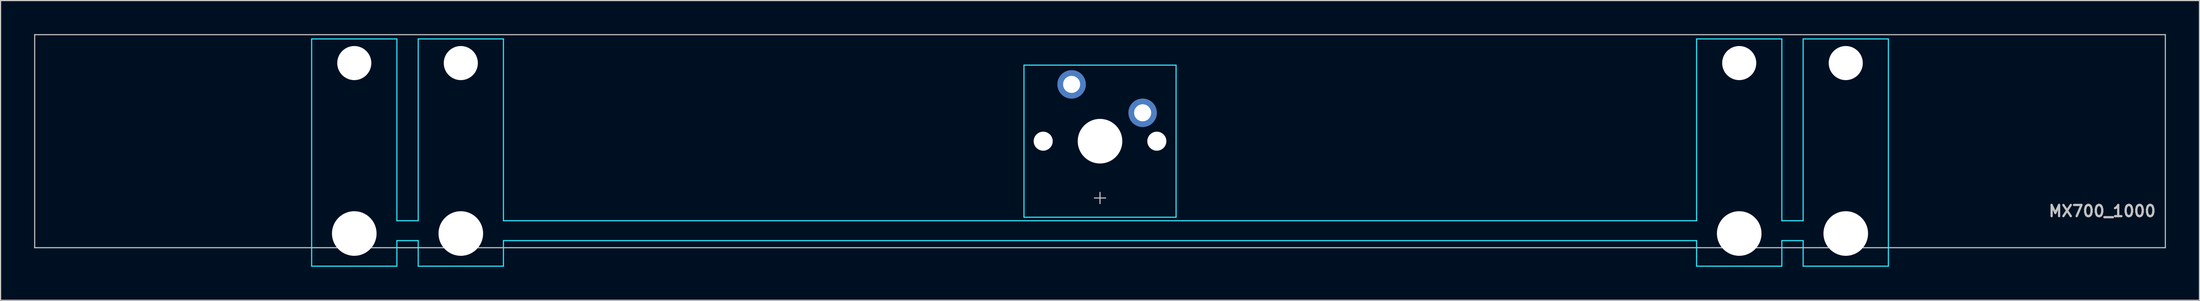
<source format=kicad_pcb>
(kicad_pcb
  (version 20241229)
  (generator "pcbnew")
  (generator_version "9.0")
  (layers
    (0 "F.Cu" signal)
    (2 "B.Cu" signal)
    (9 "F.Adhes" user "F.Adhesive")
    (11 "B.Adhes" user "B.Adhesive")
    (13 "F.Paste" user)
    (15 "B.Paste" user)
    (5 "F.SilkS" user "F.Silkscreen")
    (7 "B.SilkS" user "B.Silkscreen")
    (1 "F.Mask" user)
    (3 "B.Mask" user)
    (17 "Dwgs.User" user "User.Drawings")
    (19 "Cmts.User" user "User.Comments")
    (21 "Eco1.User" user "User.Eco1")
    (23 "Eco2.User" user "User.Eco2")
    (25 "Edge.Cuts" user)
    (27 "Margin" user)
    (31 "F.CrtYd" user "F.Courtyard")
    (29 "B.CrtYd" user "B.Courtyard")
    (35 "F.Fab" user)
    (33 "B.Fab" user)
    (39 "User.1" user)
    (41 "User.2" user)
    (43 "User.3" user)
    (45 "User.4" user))
  (footprint "MX700_1000"
    (layer "F.Cu")
    (at 95.3 9.575)
    (property "Reference" "MX700_1000" (at 94.5 6.25 0) (layer "Dwgs.User") (effects (font (size 1 1) (thickness 0.2)) (justify right)))
    (attr through_hole)
    (fp_line (start -95.25 -9.525) (end -95.25 9.525) (stroke (width 0.1) (type solid)) (layer "Dwgs.User"))
    (fp_line (start -95.25 -9.525) (end 95.25 -9.525) (stroke (width 0.1) (type solid)) (layer "Dwgs.User"))
    (fp_line (start -95.25 9.525) (end 95.25 9.525) (stroke (width 0.1) (type solid)) (layer "Dwgs.User"))
    (fp_line (start -0.5 5.08) (end 0.5 5.08) (stroke (width 0.1) (type solid)) (layer "Dwgs.User"))
    (fp_line (start 0 5.58) (end 0 4.58) (stroke (width 0.1) (type solid)) (layer "Dwgs.User"))
    (fp_line (start 95.25 -9.525) (end 95.25 9.525) (stroke (width 0.1) (type solid)) (layer "Dwgs.User"))
    (fp_line (start -70.175 -5.485) (end -70.175 8.515) (stroke (width 0.1) (type solid)) (layer "Eco1.User"))
    (fp_line (start -69.675 -5.985) (end -63.675 -5.985) (stroke (width 0.1) (type solid)) (layer "Eco1.User"))
    (fp_line (start -63.675 9.015) (end -69.675 9.015) (stroke (width 0.1) (type solid)) (layer "Eco1.User"))
    (fp_line (start -63.175 8.515) (end -63.175 -5.485) (stroke (width 0.1) (type solid)) (layer "Eco1.User"))
    (fp_line (start -60.65 -5.485) (end -60.65 8.515) (stroke (width 0.1) (type solid)) (layer "Eco1.User"))
    (fp_line (start -60.15 -5.985) (end -54.15 -5.985) (stroke (width 0.1) (type solid)) (layer "Eco1.User"))
    (fp_line (start -54.15 9.015) (end -60.15 9.015) (stroke (width 0.1) (type solid)) (layer "Eco1.User"))
    (fp_line (start -53.65 8.515) (end -53.65 -5.485) (stroke (width 0.1) (type solid)) (layer "Eco1.User"))
    (fp_line (start -7 -6.5) (end -7 6.5) (stroke (width 0.1) (type solid)) (layer "Eco1.User"))
    (fp_line (start -6.5 7) (end 6.5 7) (stroke (width 0.1) (type solid)) (layer "Eco1.User"))
    (fp_line (start 6.5 -7) (end -6.5 -7) (stroke (width 0.1) (type solid)) (layer "Eco1.User"))
    (fp_line (start 7 6.5) (end 7 -6.5) (stroke (width 0.1) (type solid)) (layer "Eco1.User"))
    (fp_line (start 53.65 -5.485) (end 53.65 8.515) (stroke (width 0.1) (type solid)) (layer "Eco1.User"))
    (fp_line (start 54.15 -5.985) (end 60.15 -5.985) (stroke (width 0.1) (type solid)) (layer "Eco1.User"))
    (fp_line (start 60.15 9.015) (end 54.15 9.015) (stroke (width 0.1) (type solid)) (layer "Eco1.User"))
    (fp_line (start 60.65 8.515) (end 60.65 -5.485) (stroke (width 0.1) (type solid)) (layer "Eco1.User"))
    (fp_line (start 63.175 -5.485) (end 63.175 8.515) (stroke (width 0.1) (type solid)) (layer "Eco1.User"))
    (fp_line (start 63.675 -5.985) (end 69.675 -5.985) (stroke (width 0.1) (type solid)) (layer "Eco1.User"))
    (fp_line (start 69.675 9.015) (end 63.675 9.015) (stroke (width 0.1) (type solid)) (layer "Eco1.User"))
    (fp_line (start 70.175 8.515) (end 70.175 -5.485) (stroke (width 0.1) (type solid)) (layer "Eco1.User"))
    (fp_arc (start -70.175 -5.485) (mid -70.028553 -5.838553) (end -69.675 -5.985) (stroke (width 0.1) (type solid)) (layer "Eco1.User"))
    (fp_arc (start -69.675 9.015) (mid -70.028553 8.868553) (end -70.175 8.515) (stroke (width 0.1) (type solid)) (layer "Eco1.User"))
    (fp_arc (start -63.675 -5.985) (mid -63.321447 -5.838553) (end -63.175 -5.485) (stroke (width 0.1) (type solid)) (layer "Eco1.User"))
    (fp_arc (start -63.175 8.515) (mid -63.321447 8.868553) (end -63.675 9.015) (stroke (width 0.1) (type solid)) (layer "Eco1.User"))
    (fp_arc (start -60.65 -5.485) (mid -60.503553 -5.838553) (end -60.15 -5.985) (stroke (width 0.1) (type solid)) (layer "Eco1.User"))
    (fp_arc (start -60.15 9.015) (mid -60.503553 8.868553) (end -60.65 8.515) (stroke (width 0.1) (type solid)) (layer "Eco1.User"))
    (fp_arc (start -54.15 -5.985) (mid -53.796447 -5.838553) (end -53.65 -5.485) (stroke (width 0.1) (type solid)) (layer "Eco1.User"))
    (fp_arc (start -53.65 8.515) (mid -53.796447 8.868553) (end -54.15 9.015) (stroke (width 0.1) (type solid)) (layer "Eco1.User"))
    (fp_arc (start -7 -6.5) (mid -6.853553 -6.853553) (end -6.5 -7) (stroke (width 0.1) (type solid)) (layer "Eco1.User"))
    (fp_arc (start -6.5 7) (mid -6.853553 6.853553) (end -7 6.5) (stroke (width 0.1) (type solid)) (layer "Eco1.User"))
    (fp_arc (start 6.5 -7) (mid 6.853553 -6.853553) (end 7 -6.5) (stroke (width 0.1) (type solid)) (layer "Eco1.User"))
    (fp_arc (start 7 6.5) (mid 6.853553 6.853553) (end 6.5 7) (stroke (width 0.1) (type solid)) (layer "Eco1.User"))
    (fp_arc (start 53.65 -5.485) (mid 53.796447 -5.838553) (end 54.15 -5.985) (stroke (width 0.1) (type solid)) (layer "Eco1.User"))
    (fp_arc (start 54.15 9.015) (mid 53.796447 8.868553) (end 53.65 8.515) (stroke (width 0.1) (type solid)) (layer "Eco1.User"))
    (fp_arc (start 60.15 -5.985) (mid 60.503553 -5.838553) (end 60.65 -5.485) (stroke (width 0.1) (type solid)) (layer "Eco1.User"))
    (fp_arc (start 60.65 8.515) (mid 60.503553 8.868553) (end 60.15 9.015) (stroke (width 0.1) (type solid)) (layer "Eco1.User"))
    (fp_arc (start 63.175 -5.485) (mid 63.321447 -5.838553) (end 63.675 -5.985) (stroke (width 0.1) (type solid)) (layer "Eco1.User"))
    (fp_arc (start 63.675 9.015) (mid 63.321447 8.868553) (end 63.175 8.515) (stroke (width 0.1) (type solid)) (layer "Eco1.User"))
    (fp_arc (start 69.675 -5.985) (mid 70.028553 -5.838553) (end 70.175 -5.485) (stroke (width 0.1) (type solid)) (layer "Eco1.User"))
    (fp_arc (start 70.175 8.515) (mid 70.028553 8.868553) (end 69.675 9.015) (stroke (width 0.1) (type solid)) (layer "Eco1.User"))
    (fp_line (start -70.485 -9.144) (end -70.485 11.176) (stroke (width 0.1) (type solid)) (layer "B.CrtYd"))
    (fp_line (start -70.485 -9.144) (end -62.865 -9.144) (stroke (width 0.1) (type solid)) (layer "B.CrtYd"))
    (fp_line (start -70.485 11.176) (end -62.865 11.176) (stroke (width 0.1) (type solid)) (layer "B.CrtYd"))
    (fp_line (start -62.865 7.112) (end -62.865 -9.144) (stroke (width 0.1) (type solid)) (layer "B.CrtYd"))
    (fp_line (start -62.865 8.89) (end -62.865 11.176) (stroke (width 0.1) (type solid)) (layer "B.CrtYd"))
    (fp_line (start -60.96 -9.144) (end -53.34 -9.144) (stroke (width 0.1) (type solid)) (layer "B.CrtYd"))
    (fp_line (start -60.96 7.112) (end -62.865 7.112) (stroke (width 0.1) (type solid)) (layer "B.CrtYd"))
    (fp_line (start -60.96 7.112) (end -60.96 -9.144) (stroke (width 0.1) (type solid)) (layer "B.CrtYd"))
    (fp_line (start -60.96 8.89) (end -62.865 8.89) (stroke (width 0.1) (type solid)) (layer "B.CrtYd"))
    (fp_line (start -60.96 8.89) (end -60.96 11.176) (stroke (width 0.1) (type solid)) (layer "B.CrtYd"))
    (fp_line (start -60.96 11.176) (end -53.34 11.176) (stroke (width 0.1) (type solid)) (layer "B.CrtYd"))
    (fp_line (start -53.34 7.112) (end -53.34 -9.144) (stroke (width 0.1) (type solid)) (layer "B.CrtYd"))
    (fp_line (start -53.34 7.112) (end 53.34 7.112) (stroke (width 0.1) (type solid)) (layer "B.CrtYd"))
    (fp_line (start -53.34 8.89) (end -53.34 11.176) (stroke (width 0.1) (type solid)) (layer "B.CrtYd"))
    (fp_line (start -53.34 8.89) (end 53.34 8.89) (stroke (width 0.1) (type solid)) (layer "B.CrtYd"))
    (fp_line (start -6.8 -6.8) (end -6.8 6.8) (stroke (width 0.1) (type solid)) (layer "B.CrtYd"))
    (fp_line (start -6.8 -6.8) (end 6.8 -6.8) (stroke (width 0.1) (type solid)) (layer "B.CrtYd"))
    (fp_line (start -6.8 6.8) (end 6.8 6.8) (stroke (width 0.1) (type solid)) (layer "B.CrtYd"))
    (fp_line (start 6.8 6.8) (end 6.8 -6.8) (stroke (width 0.1) (type solid)) (layer "B.CrtYd"))
    (fp_line (start 53.34 -9.144) (end 60.96 -9.144) (stroke (width 0.1) (type solid)) (layer "B.CrtYd"))
    (fp_line (start 53.34 7.112) (end 53.34 -9.144) (stroke (width 0.1) (type solid)) (layer "B.CrtYd"))
    (fp_line (start 53.34 8.89) (end 53.34 11.176) (stroke (width 0.1) (type solid)) (layer "B.CrtYd"))
    (fp_line (start 53.34 11.176) (end 60.96 11.176) (stroke (width 0.1) (type solid)) (layer "B.CrtYd"))
    (fp_line (start 60.96 7.112) (end 60.96 -9.144) (stroke (width 0.1) (type solid)) (layer "B.CrtYd"))
    (fp_line (start 60.96 8.89) (end 60.96 11.176) (stroke (width 0.1) (type solid)) (layer "B.CrtYd"))
    (fp_line (start 62.865 -9.144) (end 70.485 -9.144) (stroke (width 0.1) (type solid)) (layer "B.CrtYd"))
    (fp_line (start 62.865 7.112) (end 60.96 7.112) (stroke (width 0.1) (type solid)) (layer "B.CrtYd"))
    (fp_line (start 62.865 7.112) (end 62.865 -9.144) (stroke (width 0.1) (type solid)) (layer "B.CrtYd"))
    (fp_line (start 62.865 8.89) (end 60.96 8.89) (stroke (width 0.1) (type solid)) (layer "B.CrtYd"))
    (fp_line (start 62.865 8.89) (end 62.865 11.176) (stroke (width 0.1) (type solid)) (layer "B.CrtYd"))
    (fp_line (start 62.865 11.176) (end 70.485 11.176) (stroke (width 0.1) (type solid)) (layer "B.CrtYd"))
    (fp_line (start 70.485 -9.144) (end 70.485 11.176) (stroke (width 0.1) (type solid)) (layer "B.CrtYd"))
    (pad "" np_thru_hole circle (at -66.675 -6.985 180) (size 3.048 3.048) (drill 3.048) (layers "*.Cu" "*.Mask"))
    (pad "" np_thru_hole circle (at -66.675 8.255 180) (size 3.988 3.988) (drill 3.988) (layers "*.Cu" "*.Mask"))
    (pad "" np_thru_hole circle (at -57.15 -6.985 180) (size 3.048 3.048) (drill 3.048) (layers "*.Cu" "*.Mask"))
    (pad "" np_thru_hole circle (at -57.15 8.255 180) (size 3.988 3.988) (drill 3.988) (layers "*.Cu" "*.Mask"))
    (pad "" np_thru_hole circle (at -5.08 0) (size 1.702 1.702) (drill 1.702) (layers "*.Cu" "*.Mask"))
    (pad "" connect circle (at -2.54 -5.08) (size 1.524 1.524) (layers "B.Mask"))
    (pad "" np_thru_hole circle (at 0 0) (size 3.988 3.988) (drill 3.988) (layers "*.Cu" "*.Mask"))
    (pad "" connect circle (at 3.81 -2.54) (size 1.524 1.524) (layers "B.Mask"))
    (pad "" np_thru_hole circle (at 5.08 0) (size 1.702 1.702) (drill 1.702) (layers "*.Cu" "*.Mask"))
    (pad "" np_thru_hole circle (at 57.15 -6.985 180) (size 3.048 3.048) (drill 3.048) (layers "*.Cu" "*.Mask"))
    (pad "" np_thru_hole circle (at 57.15 8.255 180) (size 3.988 3.988) (drill 3.988) (layers "*.Cu" "*.Mask"))
    (pad "" np_thru_hole circle (at 66.675 -6.985 180) (size 3.048 3.048) (drill 3.048) (layers "*.Cu" "*.Mask"))
    (pad "" np_thru_hole circle (at 66.675 8.255 180) (size 3.988 3.988) (drill 3.988) (layers "*.Cu" "*.Mask"))
    (pad "1" thru_hole circle (at -2.54 -5.08) (size 2.54 2.54) (drill 1.524) (layers "*.Cu" "F.Mask"))
    (pad "2" thru_hole circle (at 3.81 -2.54) (size 2.54 2.54) (drill 1.524) (layers "*.Cu" "F.Mask")))
  (gr_rect
    (start -3 -3)
    (end 193.6 23.801)
    (stroke (width 0.1) (type default))
    (fill no)
    (layer "Edge.Cuts")))
</source>
